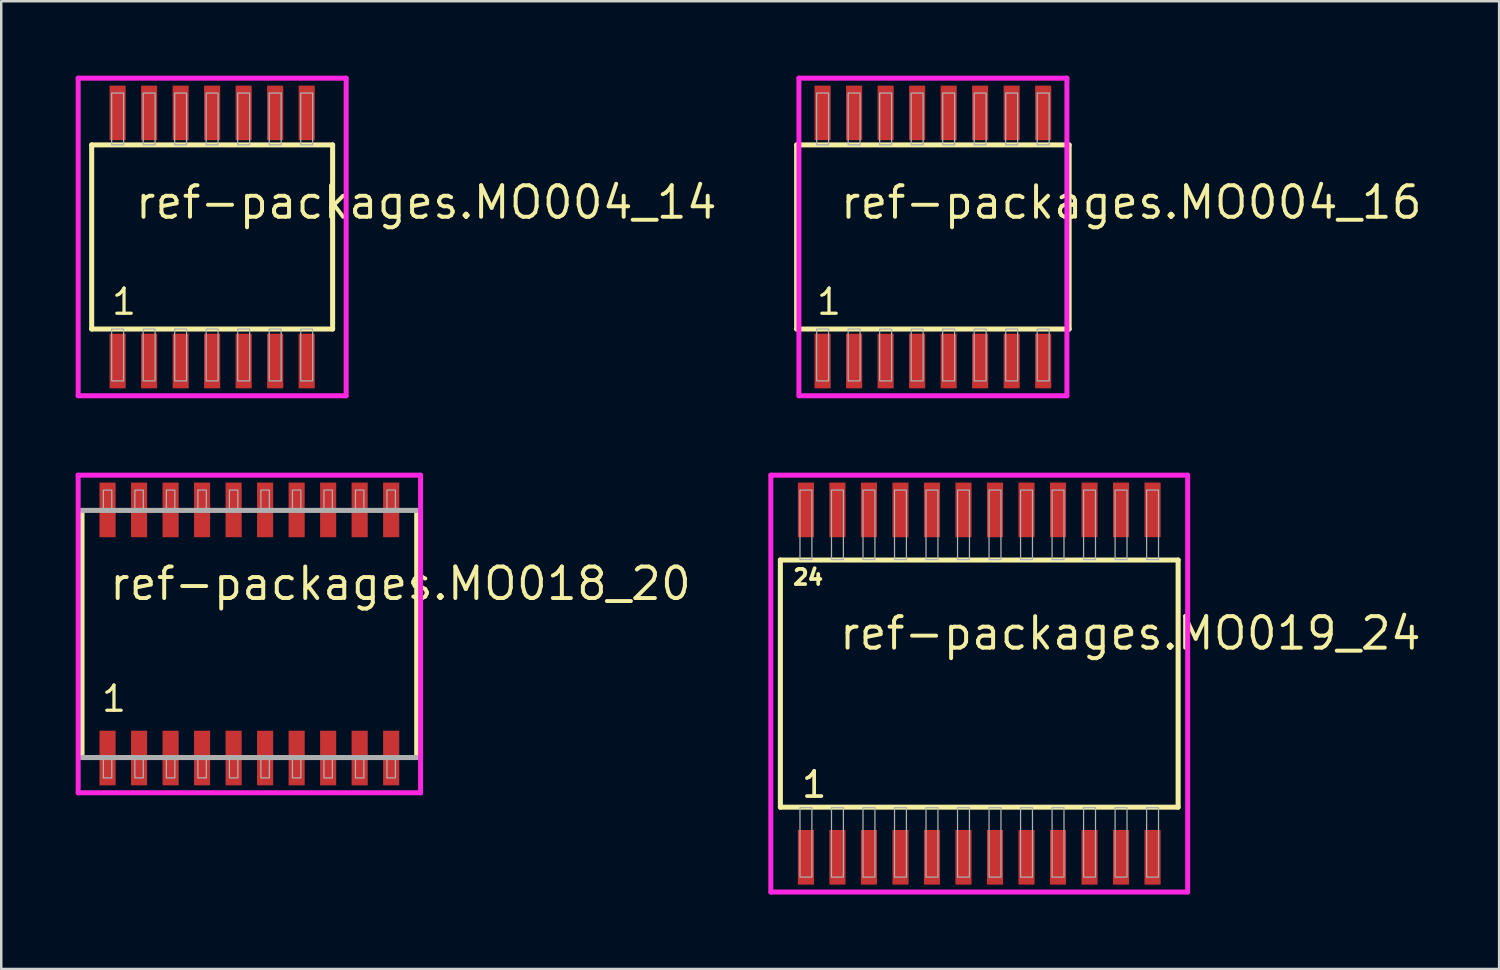
<source format=kicad_pcb>
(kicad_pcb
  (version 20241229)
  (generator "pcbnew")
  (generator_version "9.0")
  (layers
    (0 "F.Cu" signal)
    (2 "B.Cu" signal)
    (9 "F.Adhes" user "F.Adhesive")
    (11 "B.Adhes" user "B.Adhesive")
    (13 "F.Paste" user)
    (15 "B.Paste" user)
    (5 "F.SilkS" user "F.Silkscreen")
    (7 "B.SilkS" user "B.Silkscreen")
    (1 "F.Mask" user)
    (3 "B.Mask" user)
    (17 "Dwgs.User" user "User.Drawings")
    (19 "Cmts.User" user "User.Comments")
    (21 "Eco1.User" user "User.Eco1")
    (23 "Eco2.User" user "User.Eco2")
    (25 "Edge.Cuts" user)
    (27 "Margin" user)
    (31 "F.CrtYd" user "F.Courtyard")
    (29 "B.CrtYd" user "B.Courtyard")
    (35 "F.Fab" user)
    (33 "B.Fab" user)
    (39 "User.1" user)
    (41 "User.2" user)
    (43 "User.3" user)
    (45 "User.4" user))
  (footprint "ref-packages.MO004_16"
    (layer "F.Cu")
    (at 34.547 6.5)
    (property "Reference" "ref-packages.MO004_16" (at -3.81 -0.65 0) (layer "F.SilkS") (effects (font (size 1.27 1.27) (thickness 0.16)) (justify left bottom)))
    (attr smd)
    (fp_line (start -5.49 -3.71) (end 5.49 -3.71) (stroke (width 0.203) (type default)) (layer "F.SilkS"))
    (fp_line (start -5.49 3.71) (end -5.49 -3.71) (stroke (width 0.203) (type default)) (layer "F.SilkS"))
    (fp_line (start 5.49 -3.71) (end 5.49 3.71) (stroke (width 0.203) (type default)) (layer "F.SilkS"))
    (fp_line (start 5.49 3.71) (end -5.49 3.71) (stroke (width 0.203) (type default)) (layer "F.SilkS"))
    (fp_line (start -5.4 -6.4) (end 5.4 -6.4) (stroke (width 0.2) (type default)) (layer "F.CrtYd"))
    (fp_line (start -5.4 6.4) (end -5.4 -6.4) (stroke (width 0.2) (type default)) (layer "F.CrtYd"))
    (fp_line (start 5.4 -6.4) (end 5.4 6.4) (stroke (width 0.2) (type default)) (layer "F.CrtYd"))
    (fp_line (start 5.4 6.4) (end -5.4 6.4) (stroke (width 0.2) (type default)) (layer "F.CrtYd"))
    (fp_rect (start -4.685 -3.71) (end -4.205 -5.8) (stroke (width 0.05) (type default)) (fill no) (layer "F.Fab"))
    (fp_rect (start -4.685 5.8) (end -4.205 3.71) (stroke (width 0.05) (type default)) (fill no) (layer "F.Fab"))
    (fp_rect (start -3.415 -3.71) (end -2.935 -5.8) (stroke (width 0.05) (type default)) (fill no) (layer "F.Fab"))
    (fp_rect (start -3.415 5.8) (end -2.935 3.71) (stroke (width 0.05) (type default)) (fill no) (layer "F.Fab"))
    (fp_rect (start -2.145 -3.71) (end -1.665 -5.8) (stroke (width 0.05) (type default)) (fill no) (layer "F.Fab"))
    (fp_rect (start -2.145 5.8) (end -1.665 3.71) (stroke (width 0.05) (type default)) (fill no) (layer "F.Fab"))
    (fp_rect (start -0.875 -3.71) (end -0.395 -5.8) (stroke (width 0.05) (type default)) (fill no) (layer "F.Fab"))
    (fp_rect (start -0.875 5.8) (end -0.395 3.71) (stroke (width 0.05) (type default)) (fill no) (layer "F.Fab"))
    (fp_rect (start 0.395 -3.71) (end 0.875 -5.8) (stroke (width 0.05) (type default)) (fill no) (layer "F.Fab"))
    (fp_rect (start 0.395 5.8) (end 0.875 3.71) (stroke (width 0.05) (type default)) (fill no) (layer "F.Fab"))
    (fp_rect (start 1.665 -3.71) (end 2.145 -5.8) (stroke (width 0.05) (type default)) (fill no) (layer "F.Fab"))
    (fp_rect (start 1.665 5.8) (end 2.145 3.71) (stroke (width 0.05) (type default)) (fill no) (layer "F.Fab"))
    (fp_rect (start 2.935 -3.71) (end 3.415 -5.8) (stroke (width 0.05) (type default)) (fill no) (layer "F.Fab"))
    (fp_rect (start 2.935 5.8) (end 3.415 3.71) (stroke (width 0.05) (type default)) (fill no) (layer "F.Fab"))
    (fp_rect (start 4.205 -3.71) (end 4.685 -5.8) (stroke (width 0.05) (type default)) (fill no) (layer "F.Fab"))
    (fp_rect (start 4.205 5.8) (end 4.685 3.71) (stroke (width 0.05) (type default)) (fill no) (layer "F.Fab"))
    (fp_text user "1" (at -4.756 3.205 0) (layer "F.SilkS") (effects (font (size 1.016 1.016) (thickness 0.13)) (justify left bottom)))
    (pad "1" smd roundrect (at -4.445 5) (size 0.65 2.2) (layers "F.Cu" "F.Mask" "F.Paste") (roundrect_rratio 0.01))
    (pad "2" smd roundrect (at -3.175 5) (size 0.65 2.2) (layers "F.Cu" "F.Mask" "F.Paste") (roundrect_rratio 0.01))
    (pad "3" smd roundrect (at -1.905 5) (size 0.65 2.2) (layers "F.Cu" "F.Mask" "F.Paste") (roundrect_rratio 0.01))
    (pad "4" smd roundrect (at -0.635 5) (size 0.65 2.2) (layers "F.Cu" "F.Mask" "F.Paste") (roundrect_rratio 0.01))
    (pad "5" smd roundrect (at 0.635 5) (size 0.65 2.2) (layers "F.Cu" "F.Mask" "F.Paste") (roundrect_rratio 0.01))
    (pad "6" smd roundrect (at 1.905 5) (size 0.65 2.2) (layers "F.Cu" "F.Mask" "F.Paste") (roundrect_rratio 0.01))
    (pad "7" smd roundrect (at 3.175 5) (size 0.65 2.2) (layers "F.Cu" "F.Mask" "F.Paste") (roundrect_rratio 0.01))
    (pad "8" smd roundrect (at 4.445 5) (size 0.65 2.2) (layers "F.Cu" "F.Mask" "F.Paste") (roundrect_rratio 0.01))
    (pad "9" smd roundrect (at 4.445 -5) (size 0.65 2.2) (layers "F.Cu" "F.Mask" "F.Paste") (roundrect_rratio 0.01))
    (pad "10" smd roundrect (at 3.175 -5) (size 0.65 2.2) (layers "F.Cu" "F.Mask" "F.Paste") (roundrect_rratio 0.01))
    (pad "11" smd roundrect (at 1.905 -5) (size 0.65 2.2) (layers "F.Cu" "F.Mask" "F.Paste") (roundrect_rratio 0.01))
    (pad "12" smd roundrect (at 0.635 -5) (size 0.65 2.2) (layers "F.Cu" "F.Mask" "F.Paste") (roundrect_rratio 0.01))
    (pad "13" smd roundrect (at -0.635 -5) (size 0.65 2.2) (layers "F.Cu" "F.Mask" "F.Paste") (roundrect_rratio 0.01))
    (pad "14" smd roundrect (at -1.905 -5) (size 0.65 2.2) (layers "F.Cu" "F.Mask" "F.Paste") (roundrect_rratio 0.01))
    (pad "15" smd roundrect (at -3.175 -5) (size 0.65 2.2) (layers "F.Cu" "F.Mask" "F.Paste") (roundrect_rratio 0.01))
    (pad "16" smd roundrect (at -4.445 -5) (size 0.65 2.2) (layers "F.Cu" "F.Mask" "F.Paste") (roundrect_rratio 0.01)))
  (footprint "ref-packages.MO019_24"
    (layer "F.Cu")
    (at 36.415 24.5)
    (property "Reference" "ref-packages.MO019_24" (at -5.715 -1.285 0) (layer "F.SilkS") (effects (font (size 1.27 1.27) (thickness 0.16)) (justify left bottom)))
    (attr smd)
    (fp_line (start -8.015 -4.98) (end 8.015 -4.98) (stroke (width 0.203) (type default)) (layer "F.SilkS"))
    (fp_line (start -8.015 4.98) (end -8.015 -4.98) (stroke (width 0.203) (type default)) (layer "F.SilkS"))
    (fp_line (start 8.015 -4.98) (end 8.015 4.98) (stroke (width 0.203) (type default)) (layer "F.SilkS"))
    (fp_line (start 8.015 4.98) (end -8.015 4.98) (stroke (width 0.203) (type default)) (layer "F.SilkS"))
    (fp_line (start -8.4 -8.4) (end 8.4 -8.4) (stroke (width 0.2) (type default)) (layer "F.CrtYd"))
    (fp_line (start -8.4 8.4) (end -8.4 -8.4) (stroke (width 0.2) (type default)) (layer "F.CrtYd"))
    (fp_line (start 8.4 -8.4) (end 8.4 8.4) (stroke (width 0.2) (type default)) (layer "F.CrtYd"))
    (fp_line (start 8.4 8.4) (end -8.4 8.4) (stroke (width 0.2) (type default)) (layer "F.CrtYd"))
    (fp_rect (start -7.225 -5) (end -6.745 -7.8) (stroke (width 0.05) (type default)) (fill no) (layer "F.Fab"))
    (fp_rect (start -7.225 7.8) (end -6.745 5) (stroke (width 0.05) (type default)) (fill no) (layer "F.Fab"))
    (fp_rect (start -5.955 -5) (end -5.475 -7.8) (stroke (width 0.05) (type default)) (fill no) (layer "F.Fab"))
    (fp_rect (start -5.955 7.8) (end -5.475 5) (stroke (width 0.05) (type default)) (fill no) (layer "F.Fab"))
    (fp_rect (start -4.685 -5) (end -4.205 -7.8) (stroke (width 0.05) (type default)) (fill no) (layer "F.Fab"))
    (fp_rect (start -4.685 7.8) (end -4.205 5) (stroke (width 0.05) (type default)) (fill no) (layer "F.Fab"))
    (fp_rect (start -3.415 -5) (end -2.935 -7.8) (stroke (width 0.05) (type default)) (fill no) (layer "F.Fab"))
    (fp_rect (start -3.415 7.8) (end -2.935 5) (stroke (width 0.05) (type default)) (fill no) (layer "F.Fab"))
    (fp_rect (start -2.145 -5) (end -1.665 -7.8) (stroke (width 0.05) (type default)) (fill no) (layer "F.Fab"))
    (fp_rect (start -2.145 7.8) (end -1.665 5) (stroke (width 0.05) (type default)) (fill no) (layer "F.Fab"))
    (fp_rect (start -0.875 -5) (end -0.395 -7.8) (stroke (width 0.05) (type default)) (fill no) (layer "F.Fab"))
    (fp_rect (start -0.875 7.8) (end -0.395 5) (stroke (width 0.05) (type default)) (fill no) (layer "F.Fab"))
    (fp_rect (start 0.395 -5) (end 0.875 -7.8) (stroke (width 0.05) (type default)) (fill no) (layer "F.Fab"))
    (fp_rect (start 0.395 7.8) (end 0.875 5) (stroke (width 0.05) (type default)) (fill no) (layer "F.Fab"))
    (fp_rect (start 1.665 -5) (end 2.145 -7.8) (stroke (width 0.05) (type default)) (fill no) (layer "F.Fab"))
    (fp_rect (start 1.665 7.8) (end 2.145 5) (stroke (width 0.05) (type default)) (fill no) (layer "F.Fab"))
    (fp_rect (start 2.935 -5) (end 3.415 -7.8) (stroke (width 0.05) (type default)) (fill no) (layer "F.Fab"))
    (fp_rect (start 2.935 7.8) (end 3.415 5) (stroke (width 0.05) (type default)) (fill no) (layer "F.Fab"))
    (fp_rect (start 4.205 -5) (end 4.685 -7.8) (stroke (width 0.05) (type default)) (fill no) (layer "F.Fab"))
    (fp_rect (start 4.205 7.8) (end 4.685 5) (stroke (width 0.05) (type default)) (fill no) (layer "F.Fab"))
    (fp_rect (start 5.475 -5) (end 5.955 -7.8) (stroke (width 0.05) (type default)) (fill no) (layer "F.Fab"))
    (fp_rect (start 5.475 7.8) (end 5.955 5) (stroke (width 0.05) (type default)) (fill no) (layer "F.Fab"))
    (fp_rect (start 6.745 -5) (end 7.225 -7.8) (stroke (width 0.05) (type default)) (fill no) (layer "F.Fab"))
    (fp_rect (start 6.745 7.8) (end 7.225 5) (stroke (width 0.05) (type default)) (fill no) (layer "F.Fab"))
    (fp_text user "1" (at -7.236 4.665 0) (layer "F.SilkS") (effects (font (size 1.016 1.016) (thickness 0.15)) (justify left bottom)))
    (fp_text user "24" (at -7.576 -3.93 0) (layer "F.SilkS") (effects (font (size 0.61 0.61) (thickness 0.15)) (justify left bottom)))
    (pad "1" smd roundrect (at -6.985 7) (size 0.65 2.2) (layers "F.Cu" "F.Mask" "F.Paste") (roundrect_rratio 0.01))
    (pad "2" smd roundrect (at -5.715 7) (size 0.65 2.2) (layers "F.Cu" "F.Mask" "F.Paste") (roundrect_rratio 0.01))
    (pad "3" smd roundrect (at -4.445 7) (size 0.65 2.2) (layers "F.Cu" "F.Mask" "F.Paste") (roundrect_rratio 0.01))
    (pad "4" smd roundrect (at -3.175 7) (size 0.65 2.2) (layers "F.Cu" "F.Mask" "F.Paste") (roundrect_rratio 0.01))
    (pad "5" smd roundrect (at -1.905 7) (size 0.65 2.2) (layers "F.Cu" "F.Mask" "F.Paste") (roundrect_rratio 0.01))
    (pad "6" smd roundrect (at -0.635 7) (size 0.65 2.2) (layers "F.Cu" "F.Mask" "F.Paste") (roundrect_rratio 0.01))
    (pad "7" smd roundrect (at 0.635 7) (size 0.65 2.2) (layers "F.Cu" "F.Mask" "F.Paste") (roundrect_rratio 0.01))
    (pad "8" smd roundrect (at 1.905 7) (size 0.65 2.2) (layers "F.Cu" "F.Mask" "F.Paste") (roundrect_rratio 0.01))
    (pad "9" smd roundrect (at 3.175 7) (size 0.65 2.2) (layers "F.Cu" "F.Mask" "F.Paste") (roundrect_rratio 0.01))
    (pad "10" smd roundrect (at 4.445 7) (size 0.65 2.2) (layers "F.Cu" "F.Mask" "F.Paste") (roundrect_rratio 0.01))
    (pad "11" smd roundrect (at 5.715 7) (size 0.65 2.2) (layers "F.Cu" "F.Mask" "F.Paste") (roundrect_rratio 0.01))
    (pad "12" smd roundrect (at 6.985 7) (size 0.65 2.2) (layers "F.Cu" "F.Mask" "F.Paste") (roundrect_rratio 0.01))
    (pad "13" smd roundrect (at 6.985 -7) (size 0.65 2.2) (layers "F.Cu" "F.Mask" "F.Paste") (roundrect_rratio 0.01))
    (pad "14" smd roundrect (at 5.715 -7) (size 0.65 2.2) (layers "F.Cu" "F.Mask" "F.Paste") (roundrect_rratio 0.01))
    (pad "15" smd roundrect (at 4.445 -7) (size 0.65 2.2) (layers "F.Cu" "F.Mask" "F.Paste") (roundrect_rratio 0.01))
    (pad "16" smd roundrect (at 3.175 -7) (size 0.65 2.2) (layers "F.Cu" "F.Mask" "F.Paste") (roundrect_rratio 0.01))
    (pad "17" smd roundrect (at 1.905 -7) (size 0.65 2.2) (layers "F.Cu" "F.Mask" "F.Paste") (roundrect_rratio 0.01))
    (pad "18" smd roundrect (at 0.635 -7) (size 0.65 2.2) (layers "F.Cu" "F.Mask" "F.Paste") (roundrect_rratio 0.01))
    (pad "19" smd roundrect (at -0.635 -7) (size 0.65 2.2) (layers "F.Cu" "F.Mask" "F.Paste") (roundrect_rratio 0.01))
    (pad "20" smd roundrect (at -1.905 -7) (size 0.65 2.2) (layers "F.Cu" "F.Mask" "F.Paste") (roundrect_rratio 0.01))
    (pad "21" smd roundrect (at -3.175 -7) (size 0.65 2.2) (layers "F.Cu" "F.Mask" "F.Paste") (roundrect_rratio 0.01))
    (pad "22" smd roundrect (at -4.445 -7) (size 0.65 2.2) (layers "F.Cu" "F.Mask" "F.Paste") (roundrect_rratio 0.01))
    (pad "23" smd roundrect (at -5.715 -7) (size 0.65 2.2) (layers "F.Cu" "F.Mask" "F.Paste") (roundrect_rratio 0.01))
    (pad "24" smd roundrect (at -6.985 -7) (size 0.65 2.2) (layers "F.Cu" "F.Mask" "F.Paste") (roundrect_rratio 0.01)))
  (footprint "ref-packages.MO004_14"
    (layer "F.Cu")
    (at 5.5 6.5)
    (property "Reference" "ref-packages.MO004_14" (at -3.175 -0.65 0) (layer "F.SilkS") (effects (font (size 1.27 1.27) (thickness 0.16)) (justify left bottom)))
    (attr smd)
    (fp_line (start -4.855 -3.71) (end 4.855 -3.71) (stroke (width 0.203) (type default)) (layer "F.SilkS"))
    (fp_line (start -4.855 3.71) (end -4.855 -3.71) (stroke (width 0.203) (type default)) (layer "F.SilkS"))
    (fp_line (start 4.855 -3.71) (end 4.855 3.71) (stroke (width 0.203) (type default)) (layer "F.SilkS"))
    (fp_line (start 4.855 3.71) (end -4.855 3.71) (stroke (width 0.203) (type default)) (layer "F.SilkS"))
    (fp_line (start -5.4 -6.4) (end 5.4 -6.4) (stroke (width 0.2) (type default)) (layer "F.CrtYd"))
    (fp_line (start -5.4 6.4) (end -5.4 -6.4) (stroke (width 0.2) (type default)) (layer "F.CrtYd"))
    (fp_line (start 5.4 -6.4) (end 5.4 6.4) (stroke (width 0.2) (type default)) (layer "F.CrtYd"))
    (fp_line (start 5.4 6.4) (end -5.4 6.4) (stroke (width 0.2) (type default)) (layer "F.CrtYd"))
    (fp_rect (start -4.05 -3.71) (end -3.57 -5.8) (stroke (width 0.05) (type default)) (fill no) (layer "F.Fab"))
    (fp_rect (start -4.05 5.8) (end -3.57 3.71) (stroke (width 0.05) (type default)) (fill no) (layer "F.Fab"))
    (fp_rect (start -2.78 -3.71) (end -2.3 -5.8) (stroke (width 0.05) (type default)) (fill no) (layer "F.Fab"))
    (fp_rect (start -2.78 5.8) (end -2.3 3.71) (stroke (width 0.05) (type default)) (fill no) (layer "F.Fab"))
    (fp_rect (start -1.51 -3.71) (end -1.03 -5.8) (stroke (width 0.05) (type default)) (fill no) (layer "F.Fab"))
    (fp_rect (start -1.51 5.8) (end -1.03 3.71) (stroke (width 0.05) (type default)) (fill no) (layer "F.Fab"))
    (fp_rect (start -0.24 -3.71) (end 0.24 -5.8) (stroke (width 0.05) (type default)) (fill no) (layer "F.Fab"))
    (fp_rect (start -0.24 5.8) (end 0.24 3.71) (stroke (width 0.05) (type default)) (fill no) (layer "F.Fab"))
    (fp_rect (start 1.03 -3.71) (end 1.51 -5.8) (stroke (width 0.05) (type default)) (fill no) (layer "F.Fab"))
    (fp_rect (start 1.03 5.8) (end 1.51 3.71) (stroke (width 0.05) (type default)) (fill no) (layer "F.Fab"))
    (fp_rect (start 2.3 -3.71) (end 2.78 -5.8) (stroke (width 0.05) (type default)) (fill no) (layer "F.Fab"))
    (fp_rect (start 2.3 5.8) (end 2.78 3.71) (stroke (width 0.05) (type default)) (fill no) (layer "F.Fab"))
    (fp_rect (start 3.57 -3.71) (end 4.05 -5.8) (stroke (width 0.05) (type default)) (fill no) (layer "F.Fab"))
    (fp_rect (start 3.57 5.8) (end 4.05 3.71) (stroke (width 0.05) (type default)) (fill no) (layer "F.Fab"))
    (fp_text user "1" (at -4.121 3.205 0) (layer "F.SilkS") (effects (font (size 1.016 1.016) (thickness 0.13)) (justify left bottom)))
    (pad "1" smd roundrect (at -3.81 5) (size 0.65 2.2) (layers "F.Cu" "F.Mask" "F.Paste") (roundrect_rratio 0.01))
    (pad "2" smd roundrect (at -2.54 5) (size 0.65 2.2) (layers "F.Cu" "F.Mask" "F.Paste") (roundrect_rratio 0.01))
    (pad "3" smd roundrect (at -1.27 5) (size 0.65 2.2) (layers "F.Cu" "F.Mask" "F.Paste") (roundrect_rratio 0.01))
    (pad "4" smd roundrect (at 0 5) (size 0.65 2.2) (layers "F.Cu" "F.Mask" "F.Paste") (roundrect_rratio 0.01))
    (pad "5" smd roundrect (at 1.27 5) (size 0.65 2.2) (layers "F.Cu" "F.Mask" "F.Paste") (roundrect_rratio 0.01))
    (pad "6" smd roundrect (at 2.54 5) (size 0.65 2.2) (layers "F.Cu" "F.Mask" "F.Paste") (roundrect_rratio 0.01))
    (pad "7" smd roundrect (at 3.81 5) (size 0.65 2.2) (layers "F.Cu" "F.Mask" "F.Paste") (roundrect_rratio 0.01))
    (pad "8" smd roundrect (at 3.81 -5) (size 0.65 2.2) (layers "F.Cu" "F.Mask" "F.Paste") (roundrect_rratio 0.01))
    (pad "9" smd roundrect (at 2.54 -5) (size 0.65 2.2) (layers "F.Cu" "F.Mask" "F.Paste") (roundrect_rratio 0.01))
    (pad "10" smd roundrect (at 1.27 -5) (size 0.65 2.2) (layers "F.Cu" "F.Mask" "F.Paste") (roundrect_rratio 0.01))
    (pad "11" smd roundrect (at 0 -5) (size 0.65 2.2) (layers "F.Cu" "F.Mask" "F.Paste") (roundrect_rratio 0.01))
    (pad "12" smd roundrect (at -1.27 -5) (size 0.65 2.2) (layers "F.Cu" "F.Mask" "F.Paste") (roundrect_rratio 0.01))
    (pad "13" smd roundrect (at -2.54 -5) (size 0.65 2.2) (layers "F.Cu" "F.Mask" "F.Paste") (roundrect_rratio 0.01))
    (pad "14" smd roundrect (at -3.81 -5) (size 0.65 2.2) (layers "F.Cu" "F.Mask" "F.Paste") (roundrect_rratio 0.01)))
  (footprint "ref-packages.MO018_20"
    (layer "F.Cu")
    (at 7 22.5)
    (property "Reference" "ref-packages.MO018_20" (at -5.715 -1.285 0) (layer "F.SilkS") (effects (font (size 1.27 1.27) (thickness 0.16)) (justify left bottom)))
    (attr smd)
    (fp_line (start -6.745 4.98) (end -6.745 -4.98) (stroke (width 0.203) (type default)) (layer "F.SilkS"))
    (fp_line (start 6.745 -4.98) (end 6.745 4.98) (stroke (width 0.203) (type default)) (layer "F.SilkS"))
    (fp_line (start -6.9 -6.4) (end 6.9 -6.4) (stroke (width 0.2) (type default)) (layer "F.CrtYd"))
    (fp_line (start -6.9 6.4) (end -6.9 -6.4) (stroke (width 0.2) (type default)) (layer "F.CrtYd"))
    (fp_line (start 6.9 -6.4) (end 6.9 6.4) (stroke (width 0.2) (type default)) (layer "F.CrtYd"))
    (fp_line (start 6.9 6.4) (end -6.9 6.4) (stroke (width 0.2) (type default)) (layer "F.CrtYd"))
    (fp_line (start -6.745 -4.98) (end 6.745 -4.98) (stroke (width 0.203) (type default)) (layer "F.Fab"))
    (fp_line (start 6.745 4.98) (end -6.745 4.98) (stroke (width 0.203) (type default)) (layer "F.Fab"))
    (fp_rect (start -5.885 -4.98) (end -5.545 -5.8) (stroke (width 0.05) (type default)) (fill no) (layer "F.Fab"))
    (fp_rect (start -5.885 5.8) (end -5.545 4.98) (stroke (width 0.05) (type default)) (fill no) (layer "F.Fab"))
    (fp_rect (start -4.615 -4.98) (end -4.275 -5.8) (stroke (width 0.05) (type default)) (fill no) (layer "F.Fab"))
    (fp_rect (start -4.615 5.8) (end -4.275 4.98) (stroke (width 0.05) (type default)) (fill no) (layer "F.Fab"))
    (fp_rect (start -3.345 -4.98) (end -3.005 -5.8) (stroke (width 0.05) (type default)) (fill no) (layer "F.Fab"))
    (fp_rect (start -3.345 5.8) (end -3.005 4.98) (stroke (width 0.05) (type default)) (fill no) (layer "F.Fab"))
    (fp_rect (start -2.075 -4.98) (end -1.735 -5.8) (stroke (width 0.05) (type default)) (fill no) (layer "F.Fab"))
    (fp_rect (start -2.075 5.8) (end -1.735 4.98) (stroke (width 0.05) (type default)) (fill no) (layer "F.Fab"))
    (fp_rect (start -0.805 -4.98) (end -0.465 -5.8) (stroke (width 0.05) (type default)) (fill no) (layer "F.Fab"))
    (fp_rect (start -0.805 5.8) (end -0.465 4.98) (stroke (width 0.05) (type default)) (fill no) (layer "F.Fab"))
    (fp_rect (start 0.465 -4.98) (end 0.805 -5.8) (stroke (width 0.05) (type default)) (fill no) (layer "F.Fab"))
    (fp_rect (start 0.465 5.8) (end 0.805 4.98) (stroke (width 0.05) (type default)) (fill no) (layer "F.Fab"))
    (fp_rect (start 1.735 -4.98) (end 2.075 -5.8) (stroke (width 0.05) (type default)) (fill no) (layer "F.Fab"))
    (fp_rect (start 1.735 5.8) (end 2.075 4.98) (stroke (width 0.05) (type default)) (fill no) (layer "F.Fab"))
    (fp_rect (start 3.005 -4.98) (end 3.345 -5.8) (stroke (width 0.05) (type default)) (fill no) (layer "F.Fab"))
    (fp_rect (start 3.005 5.8) (end 3.345 4.98) (stroke (width 0.05) (type default)) (fill no) (layer "F.Fab"))
    (fp_rect (start 4.275 -4.98) (end 4.615 -5.8) (stroke (width 0.05) (type default)) (fill no) (layer "F.Fab"))
    (fp_rect (start 4.275 5.8) (end 4.615 4.98) (stroke (width 0.05) (type default)) (fill no) (layer "F.Fab"))
    (fp_rect (start 5.545 -4.98) (end 5.885 -5.8) (stroke (width 0.05) (type default)) (fill no) (layer "F.Fab"))
    (fp_rect (start 5.545 5.8) (end 5.885 4.98) (stroke (width 0.05) (type default)) (fill no) (layer "F.Fab"))
    (fp_text user "1" (at -6.026 3.205 0) (layer "F.SilkS") (effects (font (size 1.016 1.016) (thickness 0.13)) (justify left bottom)))
    (pad "1" smd roundrect (at -5.715 5) (size 0.65 2.2) (layers "F.Cu" "F.Mask" "F.Paste") (roundrect_rratio 0.01))
    (pad "2" smd roundrect (at -4.445 5) (size 0.65 2.2) (layers "F.Cu" "F.Mask" "F.Paste") (roundrect_rratio 0.01))
    (pad "3" smd roundrect (at -3.175 5) (size 0.65 2.2) (layers "F.Cu" "F.Mask" "F.Paste") (roundrect_rratio 0.01))
    (pad "4" smd roundrect (at -1.905 5) (size 0.65 2.2) (layers "F.Cu" "F.Mask" "F.Paste") (roundrect_rratio 0.01))
    (pad "5" smd roundrect (at -0.635 5) (size 0.65 2.2) (layers "F.Cu" "F.Mask" "F.Paste") (roundrect_rratio 0.01))
    (pad "6" smd roundrect (at 0.635 5) (size 0.65 2.2) (layers "F.Cu" "F.Mask" "F.Paste") (roundrect_rratio 0.01))
    (pad "7" smd roundrect (at 1.905 5) (size 0.65 2.2) (layers "F.Cu" "F.Mask" "F.Paste") (roundrect_rratio 0.01))
    (pad "8" smd roundrect (at 3.175 5) (size 0.65 2.2) (layers "F.Cu" "F.Mask" "F.Paste") (roundrect_rratio 0.01))
    (pad "9" smd roundrect (at 4.445 5) (size 0.65 2.2) (layers "F.Cu" "F.Mask" "F.Paste") (roundrect_rratio 0.01))
    (pad "10" smd roundrect (at 5.715 5) (size 0.65 2.2) (layers "F.Cu" "F.Mask" "F.Paste") (roundrect_rratio 0.01))
    (pad "11" smd roundrect (at 5.715 -5) (size 0.65 2.2) (layers "F.Cu" "F.Mask" "F.Paste") (roundrect_rratio 0.01))
    (pad "12" smd roundrect (at 4.445 -5) (size 0.65 2.2) (layers "F.Cu" "F.Mask" "F.Paste") (roundrect_rratio 0.01))
    (pad "13" smd roundrect (at 3.175 -5) (size 0.65 2.2) (layers "F.Cu" "F.Mask" "F.Paste") (roundrect_rratio 0.01))
    (pad "14" smd roundrect (at 1.905 -5) (size 0.65 2.2) (layers "F.Cu" "F.Mask" "F.Paste") (roundrect_rratio 0.01))
    (pad "15" smd roundrect (at 0.635 -5) (size 0.65 2.2) (layers "F.Cu" "F.Mask" "F.Paste") (roundrect_rratio 0.01))
    (pad "16" smd roundrect (at -0.635 -5) (size 0.65 2.2) (layers "F.Cu" "F.Mask" "F.Paste") (roundrect_rratio 0.01))
    (pad "17" smd roundrect (at -1.905 -5) (size 0.65 2.2) (layers "F.Cu" "F.Mask" "F.Paste") (roundrect_rratio 0.01))
    (pad "18" smd roundrect (at -3.175 -5) (size 0.65 2.2) (layers "F.Cu" "F.Mask" "F.Paste") (roundrect_rratio 0.01))
    (pad "19" smd roundrect (at -4.445 -5) (size 0.65 2.2) (layers "F.Cu" "F.Mask" "F.Paste") (roundrect_rratio 0.01))
    (pad "20" smd roundrect (at -5.715 -5) (size 0.65 2.2) (layers "F.Cu" "F.Mask" "F.Paste") (roundrect_rratio 0.01)))
  (gr_rect
    (start -3 -3)
    (end 57.367 36)
    (stroke (width 0.1) (type default))
    (fill no)
    (layer "Edge.Cuts")))
</source>
